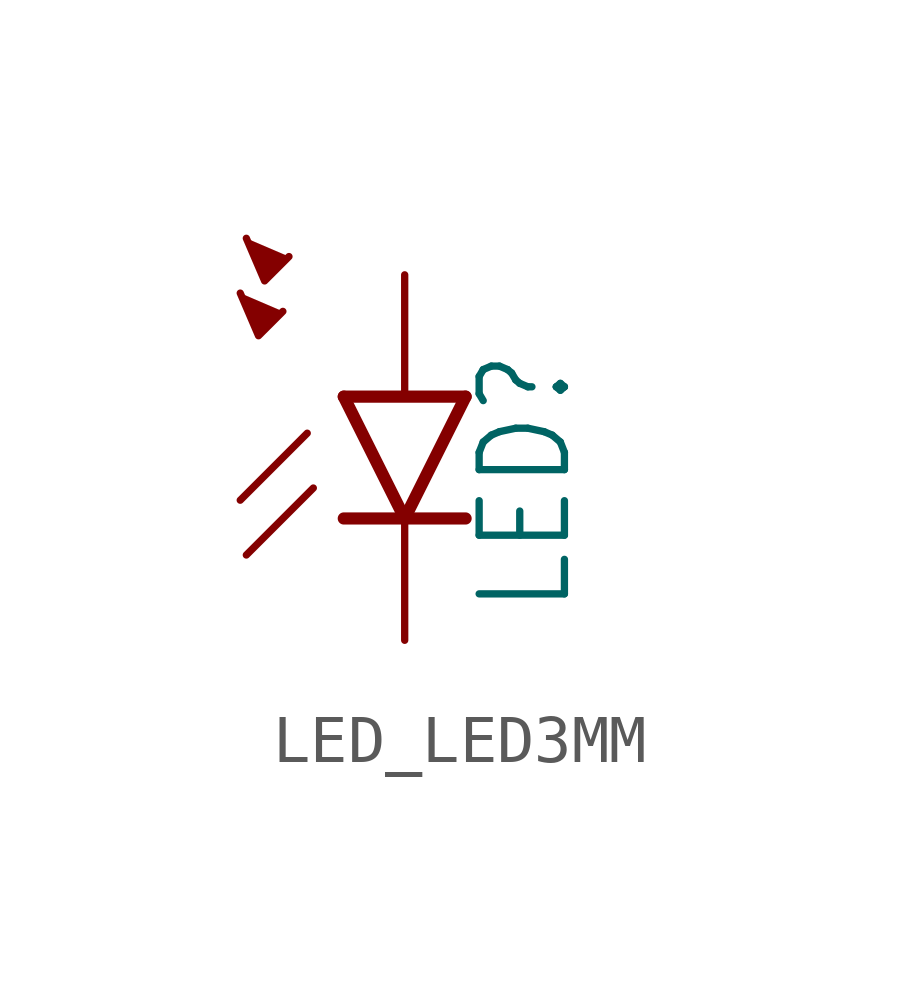
<source format=kicad_sym>
(kicad_symbol_lib
  (version 20241209)
  (generator "kicad_symbol_editor")
  (generator_version "9.0")
  (symbol "LED_LED3MM"
    (property "Reference" "LED"
      (at 3.556 -4.572 90)
      (effects (font (size 1.778 1.511)) (justify left bottom)))
    (property "Value" ""
      (at 5.715 -4.572 90)
      (effects (font (size 1.778 1.511)) (justify left bottom)))
    (property "ki_locked" ""
      (at 0 0 0)
      (effects (font (size 1.27 1.27))))
    (symbol "LED_LED3MM_1_0"
      (polyline (pts (xy -3.429 2.159) (xy -3.048 1.27) (xy -2.54 1.778)) (stroke (width 0.152) (type solid)) (fill (type outline)))
      (polyline (pts (xy -3.302 3.302) (xy -2.921 2.413) (xy -2.413 2.921)) (stroke (width 0.152) (type solid)) (fill (type outline)))
      (polyline (pts (xy -2.032 -0.762) (xy -3.429 -2.159)) (stroke (width 0.152) (type solid)) (fill (type none)))
      (polyline (pts (xy -1.905 -1.905) (xy -3.302 -3.302)) (stroke (width 0.152) (type solid)) (fill (type none)))
      (polyline (pts (xy 0 -2.54) (xy -1.27 0)) (stroke (width 0.254) (type solid)) (fill (type none)))
      (polyline (pts (xy 0 -2.54) (xy -1.27 -2.54)) (stroke (width 0.254) (type solid)) (fill (type none)))
      (polyline (pts (xy 1.27 0) (xy -1.27 0)) (stroke (width 0.254) (type solid)) (fill (type none)))
      (polyline (pts (xy 1.27 0) (xy 0 -2.54)) (stroke (width 0.254) (type solid)) (fill (type none)))
      (polyline (pts (xy 1.27 -2.54) (xy 0 -2.54)) (stroke (width 0.254) (type solid)) (fill (type none)))
      (pin passive line (at 0 2.54 270) (length 2.54) (name "A" (effects (font (size 0 0)))) (number "A" (effects (font (size 0 0)))))
      (pin passive line (at 0 -5.08 90) (length 2.54) (name "C" (effects (font (size 0 0)))) (number "K" (effects (font (size 0 0))))))))
</source>
